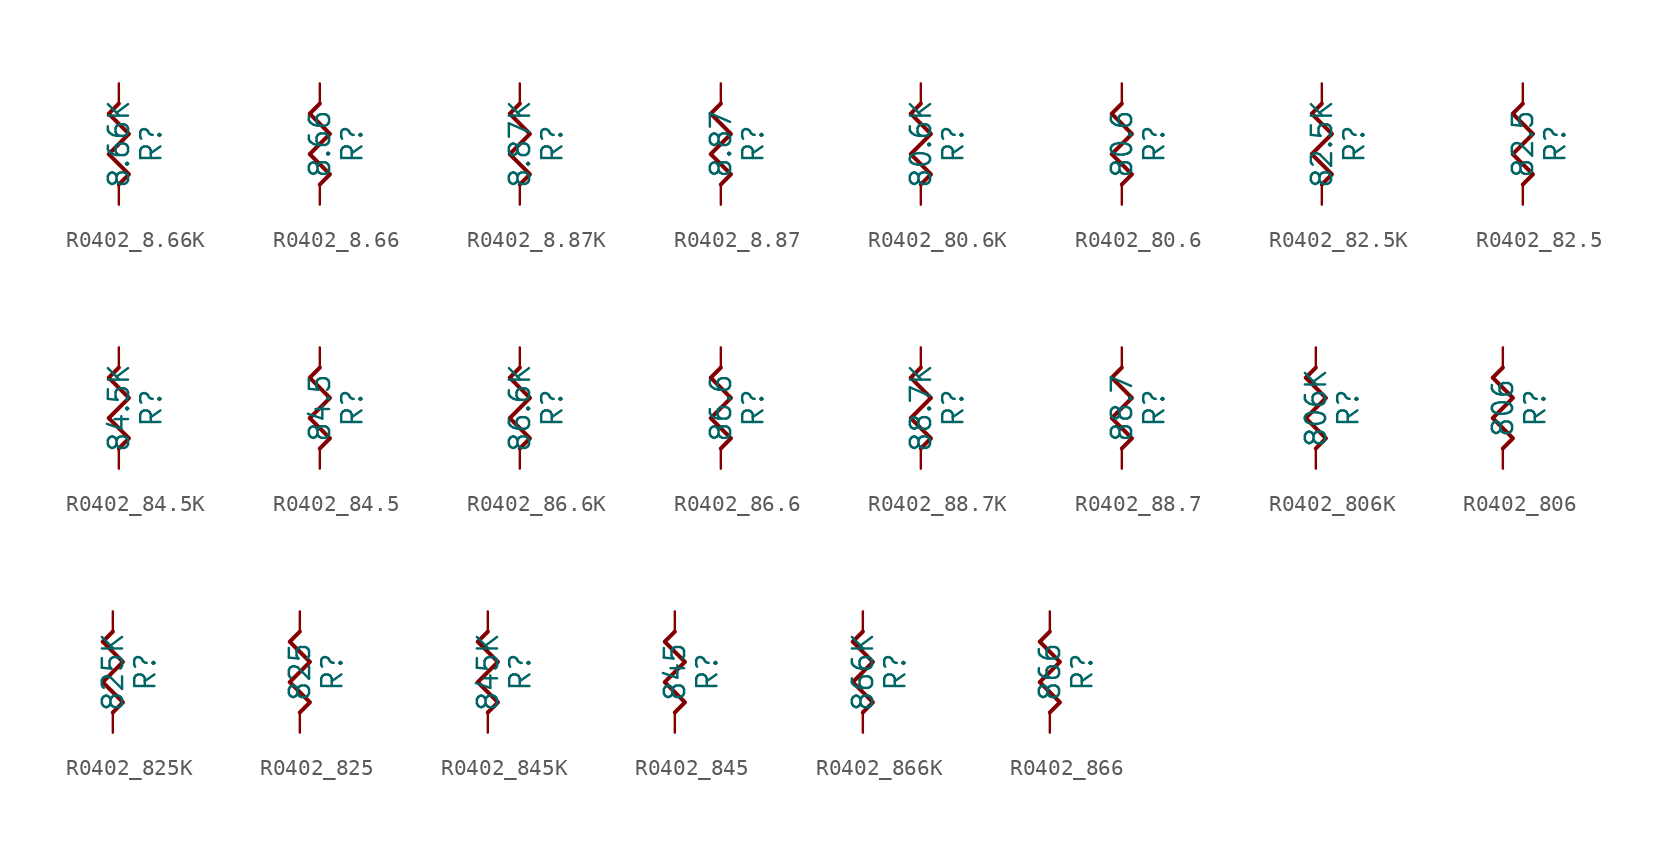
<source format=kicad_sym>
(kicad_symbol_lib
  (version 20211014)
  (generator atlantix-eda)
  (symbol "R0402_8.66K"
    (pin_numbers hide)
    (pin_names
      (offset 0))
    (property "Reference" "R"
      (at 2.032 0 90)
      (effects (font (size 1.27 1.27))))
    (property "Value" "8.66K"
      (at 0 0 90)
      (effects (font (size 1.27 1.27))))
    (symbol "R0402_8.66K_0_1"
      (polyline (pts (xy 0 -2.54) (xy 0.635 -1.905) (xy -0.635 -0.635) (xy 0.635 0.635) (xy -0.635 1.905) (xy 0 2.54)) (stroke (width 0.254) (type default) (color 0 0 0 0)) (fill (type none))))
    (symbol "R0402_8.66K_1_1"
      (pin passive line (at 0 3.81 270) (length 1.27) (name "~" (effects (font (size 1.27 1.27)))) (number "1" (effects (font (size 1.27 1.27)))))
      (pin passive line (at 0 -3.81 90) (length 1.27) (name "~" (effects (font (size 1.27 1.27)))) (number "2" (effects (font (size 1.27 1.27)))))))
  (symbol "R0402_8.66"
    (pin_numbers hide)
    (pin_names
      (offset 0))
    (property "Reference" "R"
      (at 2.032 0 90)
      (effects (font (size 1.27 1.27))))
    (property "Value" "8.66"
      (at 0 0 90)
      (effects (font (size 1.27 1.27))))
    (symbol "R0402_8.66_0_1"
      (polyline (pts (xy 0 -2.54) (xy 0.635 -1.905) (xy -0.635 -0.635) (xy 0.635 0.635) (xy -0.635 1.905) (xy 0 2.54)) (stroke (width 0.254) (type default) (color 0 0 0 0)) (fill (type none))))
    (symbol "R0402_8.66_1_1"
      (pin passive line (at 0 3.81 270) (length 1.27) (name "~" (effects (font (size 1.27 1.27)))) (number "1" (effects (font (size 1.27 1.27)))))
      (pin passive line (at 0 -3.81 90) (length 1.27) (name "~" (effects (font (size 1.27 1.27)))) (number "2" (effects (font (size 1.27 1.27)))))))
  (symbol "R0402_8.87K"
    (pin_numbers hide)
    (pin_names
      (offset 0))
    (property "Reference" "R"
      (at 2.032 0 90)
      (effects (font (size 1.27 1.27))))
    (property "Value" "8.87K"
      (at 0 0 90)
      (effects (font (size 1.27 1.27))))
    (symbol "R0402_8.87K_0_1"
      (polyline (pts (xy 0 -2.54) (xy 0.635 -1.905) (xy -0.635 -0.635) (xy 0.635 0.635) (xy -0.635 1.905) (xy 0 2.54)) (stroke (width 0.254) (type default) (color 0 0 0 0)) (fill (type none))))
    (symbol "R0402_8.87K_1_1"
      (pin passive line (at 0 3.81 270) (length 1.27) (name "~" (effects (font (size 1.27 1.27)))) (number "1" (effects (font (size 1.27 1.27)))))
      (pin passive line (at 0 -3.81 90) (length 1.27) (name "~" (effects (font (size 1.27 1.27)))) (number "2" (effects (font (size 1.27 1.27)))))))
  (symbol "R0402_8.87"
    (pin_numbers hide)
    (pin_names
      (offset 0))
    (property "Reference" "R"
      (at 2.032 0 90)
      (effects (font (size 1.27 1.27))))
    (property "Value" "8.87"
      (at 0 0 90)
      (effects (font (size 1.27 1.27))))
    (symbol "R0402_8.87_0_1"
      (polyline (pts (xy 0 -2.54) (xy 0.635 -1.905) (xy -0.635 -0.635) (xy 0.635 0.635) (xy -0.635 1.905) (xy 0 2.54)) (stroke (width 0.254) (type default) (color 0 0 0 0)) (fill (type none))))
    (symbol "R0402_8.87_1_1"
      (pin passive line (at 0 3.81 270) (length 1.27) (name "~" (effects (font (size 1.27 1.27)))) (number "1" (effects (font (size 1.27 1.27)))))
      (pin passive line (at 0 -3.81 90) (length 1.27) (name "~" (effects (font (size 1.27 1.27)))) (number "2" (effects (font (size 1.27 1.27)))))))
  (symbol "R0402_80.6K"
    (pin_numbers hide)
    (pin_names
      (offset 0))
    (property "Reference" "R"
      (at 2.032 0 90)
      (effects (font (size 1.27 1.27))))
    (property "Value" "80.6K"
      (at 0 0 90)
      (effects (font (size 1.27 1.27))))
    (symbol "R0402_80.6K_0_1"
      (polyline (pts (xy 0 -2.54) (xy 0.635 -1.905) (xy -0.635 -0.635) (xy 0.635 0.635) (xy -0.635 1.905) (xy 0 2.54)) (stroke (width 0.254) (type default) (color 0 0 0 0)) (fill (type none))))
    (symbol "R0402_80.6K_1_1"
      (pin passive line (at 0 3.81 270) (length 1.27) (name "~" (effects (font (size 1.27 1.27)))) (number "1" (effects (font (size 1.27 1.27)))))
      (pin passive line (at 0 -3.81 90) (length 1.27) (name "~" (effects (font (size 1.27 1.27)))) (number "2" (effects (font (size 1.27 1.27)))))))
  (symbol "R0402_80.6"
    (pin_numbers hide)
    (pin_names
      (offset 0))
    (property "Reference" "R"
      (at 2.032 0 90)
      (effects (font (size 1.27 1.27))))
    (property "Value" "80.6"
      (at 0 0 90)
      (effects (font (size 1.27 1.27))))
    (symbol "R0402_80.6_0_1"
      (polyline (pts (xy 0 -2.54) (xy 0.635 -1.905) (xy -0.635 -0.635) (xy 0.635 0.635) (xy -0.635 1.905) (xy 0 2.54)) (stroke (width 0.254) (type default) (color 0 0 0 0)) (fill (type none))))
    (symbol "R0402_80.6_1_1"
      (pin passive line (at 0 3.81 270) (length 1.27) (name "~" (effects (font (size 1.27 1.27)))) (number "1" (effects (font (size 1.27 1.27)))))
      (pin passive line (at 0 -3.81 90) (length 1.27) (name "~" (effects (font (size 1.27 1.27)))) (number "2" (effects (font (size 1.27 1.27)))))))
  (symbol "R0402_82.5K"
    (pin_numbers hide)
    (pin_names
      (offset 0))
    (property "Reference" "R"
      (at 2.032 0 90)
      (effects (font (size 1.27 1.27))))
    (property "Value" "82.5K"
      (at 0 0 90)
      (effects (font (size 1.27 1.27))))
    (symbol "R0402_82.5K_0_1"
      (polyline (pts (xy 0 -2.54) (xy 0.635 -1.905) (xy -0.635 -0.635) (xy 0.635 0.635) (xy -0.635 1.905) (xy 0 2.54)) (stroke (width 0.254) (type default) (color 0 0 0 0)) (fill (type none))))
    (symbol "R0402_82.5K_1_1"
      (pin passive line (at 0 3.81 270) (length 1.27) (name "~" (effects (font (size 1.27 1.27)))) (number "1" (effects (font (size 1.27 1.27)))))
      (pin passive line (at 0 -3.81 90) (length 1.27) (name "~" (effects (font (size 1.27 1.27)))) (number "2" (effects (font (size 1.27 1.27)))))))
  (symbol "R0402_82.5"
    (pin_numbers hide)
    (pin_names
      (offset 0))
    (property "Reference" "R"
      (at 2.032 0 90)
      (effects (font (size 1.27 1.27))))
    (property "Value" "82.5"
      (at 0 0 90)
      (effects (font (size 1.27 1.27))))
    (symbol "R0402_82.5_0_1"
      (polyline (pts (xy 0 -2.54) (xy 0.635 -1.905) (xy -0.635 -0.635) (xy 0.635 0.635) (xy -0.635 1.905) (xy 0 2.54)) (stroke (width 0.254) (type default) (color 0 0 0 0)) (fill (type none))))
    (symbol "R0402_82.5_1_1"
      (pin passive line (at 0 3.81 270) (length 1.27) (name "~" (effects (font (size 1.27 1.27)))) (number "1" (effects (font (size 1.27 1.27)))))
      (pin passive line (at 0 -3.81 90) (length 1.27) (name "~" (effects (font (size 1.27 1.27)))) (number "2" (effects (font (size 1.27 1.27)))))))
  (symbol "R0402_84.5K"
    (pin_numbers hide)
    (pin_names
      (offset 0))
    (property "Reference" "R"
      (at 2.032 0 90)
      (effects (font (size 1.27 1.27))))
    (property "Value" "84.5K"
      (at 0 0 90)
      (effects (font (size 1.27 1.27))))
    (symbol "R0402_84.5K_0_1"
      (polyline (pts (xy 0 -2.54) (xy 0.635 -1.905) (xy -0.635 -0.635) (xy 0.635 0.635) (xy -0.635 1.905) (xy 0 2.54)) (stroke (width 0.254) (type default) (color 0 0 0 0)) (fill (type none))))
    (symbol "R0402_84.5K_1_1"
      (pin passive line (at 0 3.81 270) (length 1.27) (name "~" (effects (font (size 1.27 1.27)))) (number "1" (effects (font (size 1.27 1.27)))))
      (pin passive line (at 0 -3.81 90) (length 1.27) (name "~" (effects (font (size 1.27 1.27)))) (number "2" (effects (font (size 1.27 1.27)))))))
  (symbol "R0402_84.5"
    (pin_numbers hide)
    (pin_names
      (offset 0))
    (property "Reference" "R"
      (at 2.032 0 90)
      (effects (font (size 1.27 1.27))))
    (property "Value" "84.5"
      (at 0 0 90)
      (effects (font (size 1.27 1.27))))
    (symbol "R0402_84.5_0_1"
      (polyline (pts (xy 0 -2.54) (xy 0.635 -1.905) (xy -0.635 -0.635) (xy 0.635 0.635) (xy -0.635 1.905) (xy 0 2.54)) (stroke (width 0.254) (type default) (color 0 0 0 0)) (fill (type none))))
    (symbol "R0402_84.5_1_1"
      (pin passive line (at 0 3.81 270) (length 1.27) (name "~" (effects (font (size 1.27 1.27)))) (number "1" (effects (font (size 1.27 1.27)))))
      (pin passive line (at 0 -3.81 90) (length 1.27) (name "~" (effects (font (size 1.27 1.27)))) (number "2" (effects (font (size 1.27 1.27)))))))
  (symbol "R0402_86.6K"
    (pin_numbers hide)
    (pin_names
      (offset 0))
    (property "Reference" "R"
      (at 2.032 0 90)
      (effects (font (size 1.27 1.27))))
    (property "Value" "86.6K"
      (at 0 0 90)
      (effects (font (size 1.27 1.27))))
    (symbol "R0402_86.6K_0_1"
      (polyline (pts (xy 0 -2.54) (xy 0.635 -1.905) (xy -0.635 -0.635) (xy 0.635 0.635) (xy -0.635 1.905) (xy 0 2.54)) (stroke (width 0.254) (type default) (color 0 0 0 0)) (fill (type none))))
    (symbol "R0402_86.6K_1_1"
      (pin passive line (at 0 3.81 270) (length 1.27) (name "~" (effects (font (size 1.27 1.27)))) (number "1" (effects (font (size 1.27 1.27)))))
      (pin passive line (at 0 -3.81 90) (length 1.27) (name "~" (effects (font (size 1.27 1.27)))) (number "2" (effects (font (size 1.27 1.27)))))))
  (symbol "R0402_86.6"
    (pin_numbers hide)
    (pin_names
      (offset 0))
    (property "Reference" "R"
      (at 2.032 0 90)
      (effects (font (size 1.27 1.27))))
    (property "Value" "86.6"
      (at 0 0 90)
      (effects (font (size 1.27 1.27))))
    (symbol "R0402_86.6_0_1"
      (polyline (pts (xy 0 -2.54) (xy 0.635 -1.905) (xy -0.635 -0.635) (xy 0.635 0.635) (xy -0.635 1.905) (xy 0 2.54)) (stroke (width 0.254) (type default) (color 0 0 0 0)) (fill (type none))))
    (symbol "R0402_86.6_1_1"
      (pin passive line (at 0 3.81 270) (length 1.27) (name "~" (effects (font (size 1.27 1.27)))) (number "1" (effects (font (size 1.27 1.27)))))
      (pin passive line (at 0 -3.81 90) (length 1.27) (name "~" (effects (font (size 1.27 1.27)))) (number "2" (effects (font (size 1.27 1.27)))))))
  (symbol "R0402_88.7K"
    (pin_numbers hide)
    (pin_names
      (offset 0))
    (property "Reference" "R"
      (at 2.032 0 90)
      (effects (font (size 1.27 1.27))))
    (property "Value" "88.7K"
      (at 0 0 90)
      (effects (font (size 1.27 1.27))))
    (symbol "R0402_88.7K_0_1"
      (polyline (pts (xy 0 -2.54) (xy 0.635 -1.905) (xy -0.635 -0.635) (xy 0.635 0.635) (xy -0.635 1.905) (xy 0 2.54)) (stroke (width 0.254) (type default) (color 0 0 0 0)) (fill (type none))))
    (symbol "R0402_88.7K_1_1"
      (pin passive line (at 0 3.81 270) (length 1.27) (name "~" (effects (font (size 1.27 1.27)))) (number "1" (effects (font (size 1.27 1.27)))))
      (pin passive line (at 0 -3.81 90) (length 1.27) (name "~" (effects (font (size 1.27 1.27)))) (number "2" (effects (font (size 1.27 1.27)))))))
  (symbol "R0402_88.7"
    (pin_numbers hide)
    (pin_names
      (offset 0))
    (property "Reference" "R"
      (at 2.032 0 90)
      (effects (font (size 1.27 1.27))))
    (property "Value" "88.7"
      (at 0 0 90)
      (effects (font (size 1.27 1.27))))
    (symbol "R0402_88.7_0_1"
      (polyline (pts (xy 0 -2.54) (xy 0.635 -1.905) (xy -0.635 -0.635) (xy 0.635 0.635) (xy -0.635 1.905) (xy 0 2.54)) (stroke (width 0.254) (type default) (color 0 0 0 0)) (fill (type none))))
    (symbol "R0402_88.7_1_1"
      (pin passive line (at 0 3.81 270) (length 1.27) (name "~" (effects (font (size 1.27 1.27)))) (number "1" (effects (font (size 1.27 1.27)))))
      (pin passive line (at 0 -3.81 90) (length 1.27) (name "~" (effects (font (size 1.27 1.27)))) (number "2" (effects (font (size 1.27 1.27)))))))
  (symbol "R0402_806K"
    (pin_numbers hide)
    (pin_names
      (offset 0))
    (property "Reference" "R"
      (at 2.032 0 90)
      (effects (font (size 1.27 1.27))))
    (property "Value" "806K"
      (at 0 0 90)
      (effects (font (size 1.27 1.27))))
    (symbol "R0402_806K_0_1"
      (polyline (pts (xy 0 -2.54) (xy 0.635 -1.905) (xy -0.635 -0.635) (xy 0.635 0.635) (xy -0.635 1.905) (xy 0 2.54)) (stroke (width 0.254) (type default) (color 0 0 0 0)) (fill (type none))))
    (symbol "R0402_806K_1_1"
      (pin passive line (at 0 3.81 270) (length 1.27) (name "~" (effects (font (size 1.27 1.27)))) (number "1" (effects (font (size 1.27 1.27)))))
      (pin passive line (at 0 -3.81 90) (length 1.27) (name "~" (effects (font (size 1.27 1.27)))) (number "2" (effects (font (size 1.27 1.27)))))))
  (symbol "R0402_806"
    (pin_numbers hide)
    (pin_names
      (offset 0))
    (property "Reference" "R"
      (at 2.032 0 90)
      (effects (font (size 1.27 1.27))))
    (property "Value" "806"
      (at 0 0 90)
      (effects (font (size 1.27 1.27))))
    (symbol "R0402_806_0_1"
      (polyline (pts (xy 0 -2.54) (xy 0.635 -1.905) (xy -0.635 -0.635) (xy 0.635 0.635) (xy -0.635 1.905) (xy 0 2.54)) (stroke (width 0.254) (type default) (color 0 0 0 0)) (fill (type none))))
    (symbol "R0402_806_1_1"
      (pin passive line (at 0 3.81 270) (length 1.27) (name "~" (effects (font (size 1.27 1.27)))) (number "1" (effects (font (size 1.27 1.27)))))
      (pin passive line (at 0 -3.81 90) (length 1.27) (name "~" (effects (font (size 1.27 1.27)))) (number "2" (effects (font (size 1.27 1.27)))))))
  (symbol "R0402_825K"
    (pin_numbers hide)
    (pin_names
      (offset 0))
    (property "Reference" "R"
      (at 2.032 0 90)
      (effects (font (size 1.27 1.27))))
    (property "Value" "825K"
      (at 0 0 90)
      (effects (font (size 1.27 1.27))))
    (symbol "R0402_825K_0_1"
      (polyline (pts (xy 0 -2.54) (xy 0.635 -1.905) (xy -0.635 -0.635) (xy 0.635 0.635) (xy -0.635 1.905) (xy 0 2.54)) (stroke (width 0.254) (type default) (color 0 0 0 0)) (fill (type none))))
    (symbol "R0402_825K_1_1"
      (pin passive line (at 0 3.81 270) (length 1.27) (name "~" (effects (font (size 1.27 1.27)))) (number "1" (effects (font (size 1.27 1.27)))))
      (pin passive line (at 0 -3.81 90) (length 1.27) (name "~" (effects (font (size 1.27 1.27)))) (number "2" (effects (font (size 1.27 1.27)))))))
  (symbol "R0402_825"
    (pin_numbers hide)
    (pin_names
      (offset 0))
    (property "Reference" "R"
      (at 2.032 0 90)
      (effects (font (size 1.27 1.27))))
    (property "Value" "825"
      (at 0 0 90)
      (effects (font (size 1.27 1.27))))
    (symbol "R0402_825_0_1"
      (polyline (pts (xy 0 -2.54) (xy 0.635 -1.905) (xy -0.635 -0.635) (xy 0.635 0.635) (xy -0.635 1.905) (xy 0 2.54)) (stroke (width 0.254) (type default) (color 0 0 0 0)) (fill (type none))))
    (symbol "R0402_825_1_1"
      (pin passive line (at 0 3.81 270) (length 1.27) (name "~" (effects (font (size 1.27 1.27)))) (number "1" (effects (font (size 1.27 1.27)))))
      (pin passive line (at 0 -3.81 90) (length 1.27) (name "~" (effects (font (size 1.27 1.27)))) (number "2" (effects (font (size 1.27 1.27)))))))
  (symbol "R0402_845K"
    (pin_numbers hide)
    (pin_names
      (offset 0))
    (property "Reference" "R"
      (at 2.032 0 90)
      (effects (font (size 1.27 1.27))))
    (property "Value" "845K"
      (at 0 0 90)
      (effects (font (size 1.27 1.27))))
    (symbol "R0402_845K_0_1"
      (polyline (pts (xy 0 -2.54) (xy 0.635 -1.905) (xy -0.635 -0.635) (xy 0.635 0.635) (xy -0.635 1.905) (xy 0 2.54)) (stroke (width 0.254) (type default) (color 0 0 0 0)) (fill (type none))))
    (symbol "R0402_845K_1_1"
      (pin passive line (at 0 3.81 270) (length 1.27) (name "~" (effects (font (size 1.27 1.27)))) (number "1" (effects (font (size 1.27 1.27)))))
      (pin passive line (at 0 -3.81 90) (length 1.27) (name "~" (effects (font (size 1.27 1.27)))) (number "2" (effects (font (size 1.27 1.27)))))))
  (symbol "R0402_845"
    (pin_numbers hide)
    (pin_names
      (offset 0))
    (property "Reference" "R"
      (at 2.032 0 90)
      (effects (font (size 1.27 1.27))))
    (property "Value" "845"
      (at 0 0 90)
      (effects (font (size 1.27 1.27))))
    (symbol "R0402_845_0_1"
      (polyline (pts (xy 0 -2.54) (xy 0.635 -1.905) (xy -0.635 -0.635) (xy 0.635 0.635) (xy -0.635 1.905) (xy 0 2.54)) (stroke (width 0.254) (type default) (color 0 0 0 0)) (fill (type none))))
    (symbol "R0402_845_1_1"
      (pin passive line (at 0 3.81 270) (length 1.27) (name "~" (effects (font (size 1.27 1.27)))) (number "1" (effects (font (size 1.27 1.27)))))
      (pin passive line (at 0 -3.81 90) (length 1.27) (name "~" (effects (font (size 1.27 1.27)))) (number "2" (effects (font (size 1.27 1.27)))))))
  (symbol "R0402_866K"
    (pin_numbers hide)
    (pin_names
      (offset 0))
    (property "Reference" "R"
      (at 2.032 0 90)
      (effects (font (size 1.27 1.27))))
    (property "Value" "866K"
      (at 0 0 90)
      (effects (font (size 1.27 1.27))))
    (symbol "R0402_866K_0_1"
      (polyline (pts (xy 0 -2.54) (xy 0.635 -1.905) (xy -0.635 -0.635) (xy 0.635 0.635) (xy -0.635 1.905) (xy 0 2.54)) (stroke (width 0.254) (type default) (color 0 0 0 0)) (fill (type none))))
    (symbol "R0402_866K_1_1"
      (pin passive line (at 0 3.81 270) (length 1.27) (name "~" (effects (font (size 1.27 1.27)))) (number "1" (effects (font (size 1.27 1.27)))))
      (pin passive line (at 0 -3.81 90) (length 1.27) (name "~" (effects (font (size 1.27 1.27)))) (number "2" (effects (font (size 1.27 1.27)))))))
  (symbol "R0402_866"
    (pin_numbers hide)
    (pin_names
      (offset 0))
    (property "Reference" "R"
      (at 2.032 0 90)
      (effects (font (size 1.27 1.27))))
    (property "Value" "866"
      (at 0 0 90)
      (effects (font (size 1.27 1.27))))
    (symbol "R0402_866_0_1"
      (polyline (pts (xy 0 -2.54) (xy 0.635 -1.905) (xy -0.635 -0.635) (xy 0.635 0.635) (xy -0.635 1.905) (xy 0 2.54)) (stroke (width 0.254) (type default) (color 0 0 0 0)) (fill (type none))))
    (symbol "R0402_866_1_1"
      (pin passive line (at 0 3.81 270) (length 1.27) (name "~" (effects (font (size 1.27 1.27)))) (number "1" (effects (font (size 1.27 1.27)))))
      (pin passive line (at 0 -3.81 90) (length 1.27) (name "~" (effects (font (size 1.27 1.27)))) (number "2" (effects (font (size 1.27 1.27))))))))
</source>
